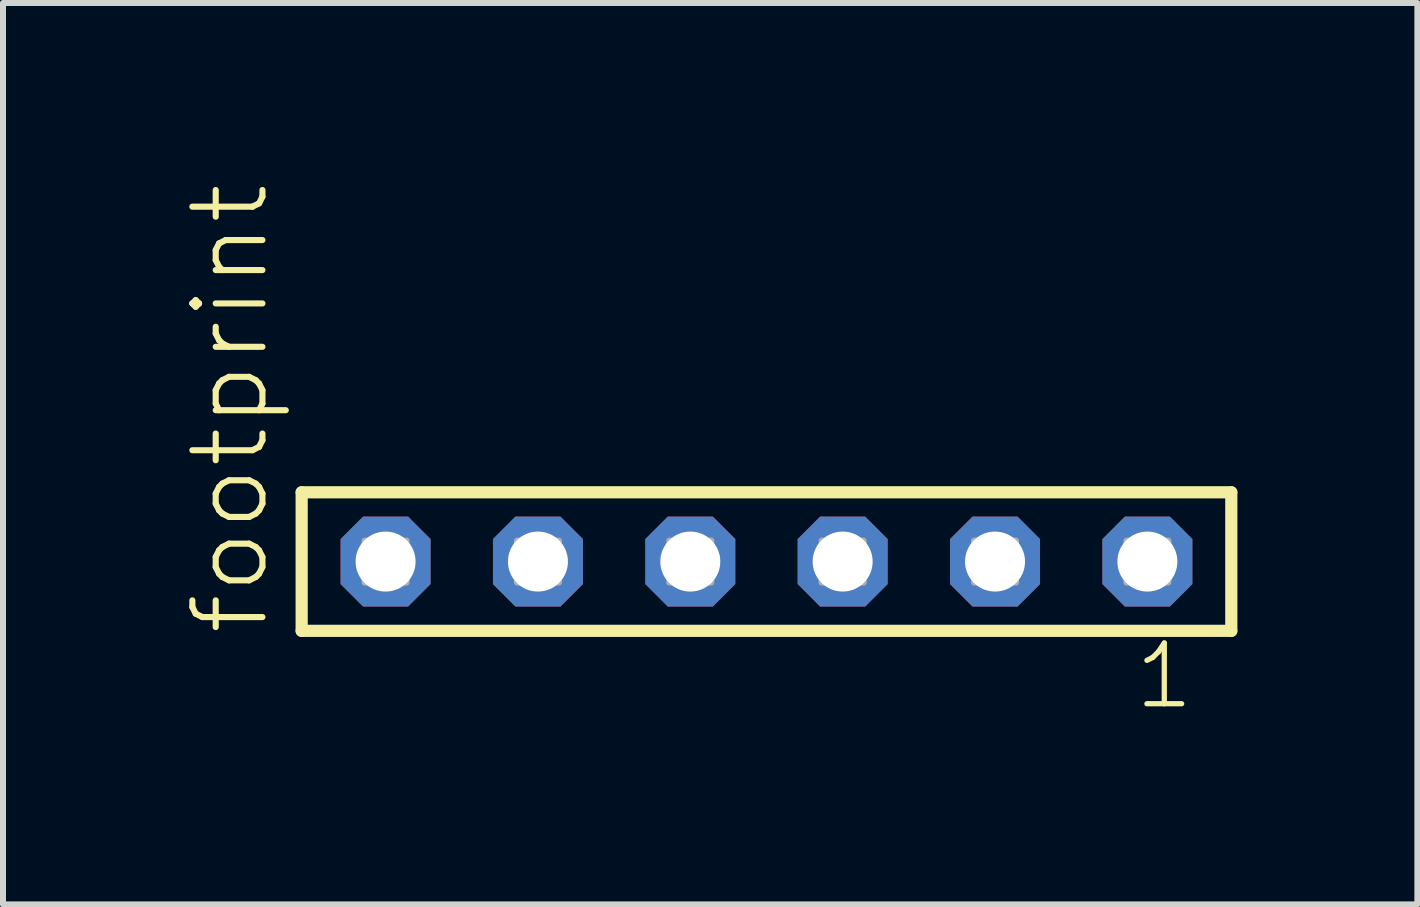
<source format=kicad_pcb>
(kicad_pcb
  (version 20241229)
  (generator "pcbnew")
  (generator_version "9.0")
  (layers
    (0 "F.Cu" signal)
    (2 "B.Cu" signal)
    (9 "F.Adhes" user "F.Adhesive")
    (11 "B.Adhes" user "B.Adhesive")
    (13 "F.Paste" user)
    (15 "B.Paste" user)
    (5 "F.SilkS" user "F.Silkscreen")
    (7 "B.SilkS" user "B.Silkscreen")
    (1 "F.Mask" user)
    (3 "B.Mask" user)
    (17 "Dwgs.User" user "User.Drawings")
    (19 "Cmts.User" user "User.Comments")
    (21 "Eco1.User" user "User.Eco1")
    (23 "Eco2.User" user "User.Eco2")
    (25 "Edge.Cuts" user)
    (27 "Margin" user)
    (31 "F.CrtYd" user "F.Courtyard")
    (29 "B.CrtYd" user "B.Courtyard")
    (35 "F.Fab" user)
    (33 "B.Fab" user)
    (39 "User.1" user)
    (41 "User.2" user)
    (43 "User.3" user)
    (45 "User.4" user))
  (footprint "footprint"
    (layer "F.Cu")
    (at 9.728 6.312)
    (property "Reference" "footprint" (at -8.255 1.27 90) (layer "F.SilkS") (effects (font (size 1.168 1.168) (thickness 0.102)) (justify left bottom)))
    (fp_line (start -7.749 -1.155) (end 7.749 -1.155) (stroke (width 0.203) (type solid)) (layer "F.SilkS"))
    (fp_line (start -7.749 1.155) (end -7.749 -1.155) (stroke (width 0.203) (type solid)) (layer "F.SilkS"))
    (fp_line (start 7.749 -1.155) (end 7.749 1.155) (stroke (width 0.203) (type solid)) (layer "F.SilkS"))
    (fp_line (start 7.749 1.155) (end -7.749 1.155) (stroke (width 0.203) (type solid)) (layer "F.SilkS"))
    (fp_poly (pts (xy -6.7 0.35) (xy -6 0.35) (xy -6 -0.35) (xy -6.7 -0.35)) (stroke (width 0.1) (type solid)) (fill no) (layer "F.Fab"))
    (fp_poly (pts (xy -4.16 0.35) (xy -3.46 0.35) (xy -3.46 -0.35) (xy -4.16 -0.35)) (stroke (width 0.1) (type solid)) (fill no) (layer "F.Fab"))
    (fp_poly (pts (xy -1.62 0.35) (xy -0.92 0.35) (xy -0.92 -0.35) (xy -1.62 -0.35)) (stroke (width 0.1) (type solid)) (fill no) (layer "F.Fab"))
    (fp_poly (pts (xy 0.92 0.35) (xy 1.62 0.35) (xy 1.62 -0.35) (xy 0.92 -0.35)) (stroke (width 0.1) (type solid)) (fill no) (layer "F.Fab"))
    (fp_poly (pts (xy 3.46 0.35) (xy 4.16 0.35) (xy 4.16 -0.35) (xy 3.46 -0.35)) (stroke (width 0.1) (type solid)) (fill no) (layer "F.Fab"))
    (fp_poly (pts (xy 6 0.35) (xy 6.7 0.35) (xy 6.7 -0.35) (xy 6 -0.35)) (stroke (width 0.1) (type solid)) (fill no) (layer "F.Fab"))
    (fp_text user "1" (at 6.092 2.498 0) (layer "F.SilkS") (effects (font (size 1.012 1.012) (thickness 0.088)) (justify left bottom)))
    (pad "1" thru_hole roundrect (at 6.35 0 180) (size 1.5 1.5) (drill 1) (layers "*.Cu" "*.Mask") (roundrect_rratio 0.25) (chamfer_ratio 0.25) (chamfer top_left top_right bottom_left bottom_right))
    (pad "2" thru_hole roundrect (at 3.81 0 180) (size 1.5 1.5) (drill 1) (layers "*.Cu" "*.Mask") (roundrect_rratio 0.25) (chamfer_ratio 0.25) (chamfer top_left top_right bottom_left bottom_right))
    (pad "3" thru_hole roundrect (at 1.27 0 180) (size 1.5 1.5) (drill 1) (layers "*.Cu" "*.Mask") (roundrect_rratio 0.25) (chamfer_ratio 0.25) (chamfer top_left top_right bottom_left bottom_right))
    (pad "4" thru_hole roundrect (at -1.27 0 180) (size 1.5 1.5) (drill 1) (layers "*.Cu" "*.Mask") (roundrect_rratio 0.25) (chamfer_ratio 0.25) (chamfer top_left top_right bottom_left bottom_right))
    (pad "5" thru_hole roundrect (at -3.81 0 180) (size 1.5 1.5) (drill 1) (layers "*.Cu" "*.Mask") (roundrect_rratio 0.25) (chamfer_ratio 0.25) (chamfer top_left top_right bottom_left bottom_right))
    (pad "6" thru_hole roundrect (at -6.35 0 180) (size 1.5 1.5) (drill 1) (layers "*.Cu" "*.Mask") (roundrect_rratio 0.25) (chamfer_ratio 0.25) (chamfer top_left top_right bottom_left bottom_right)))
  (gr_rect
    (start -3 -3)
    (end 20.579 12.027)
    (stroke (width 0.1) (type default))
    (fill no)
    (layer "Edge.Cuts")))
</source>
